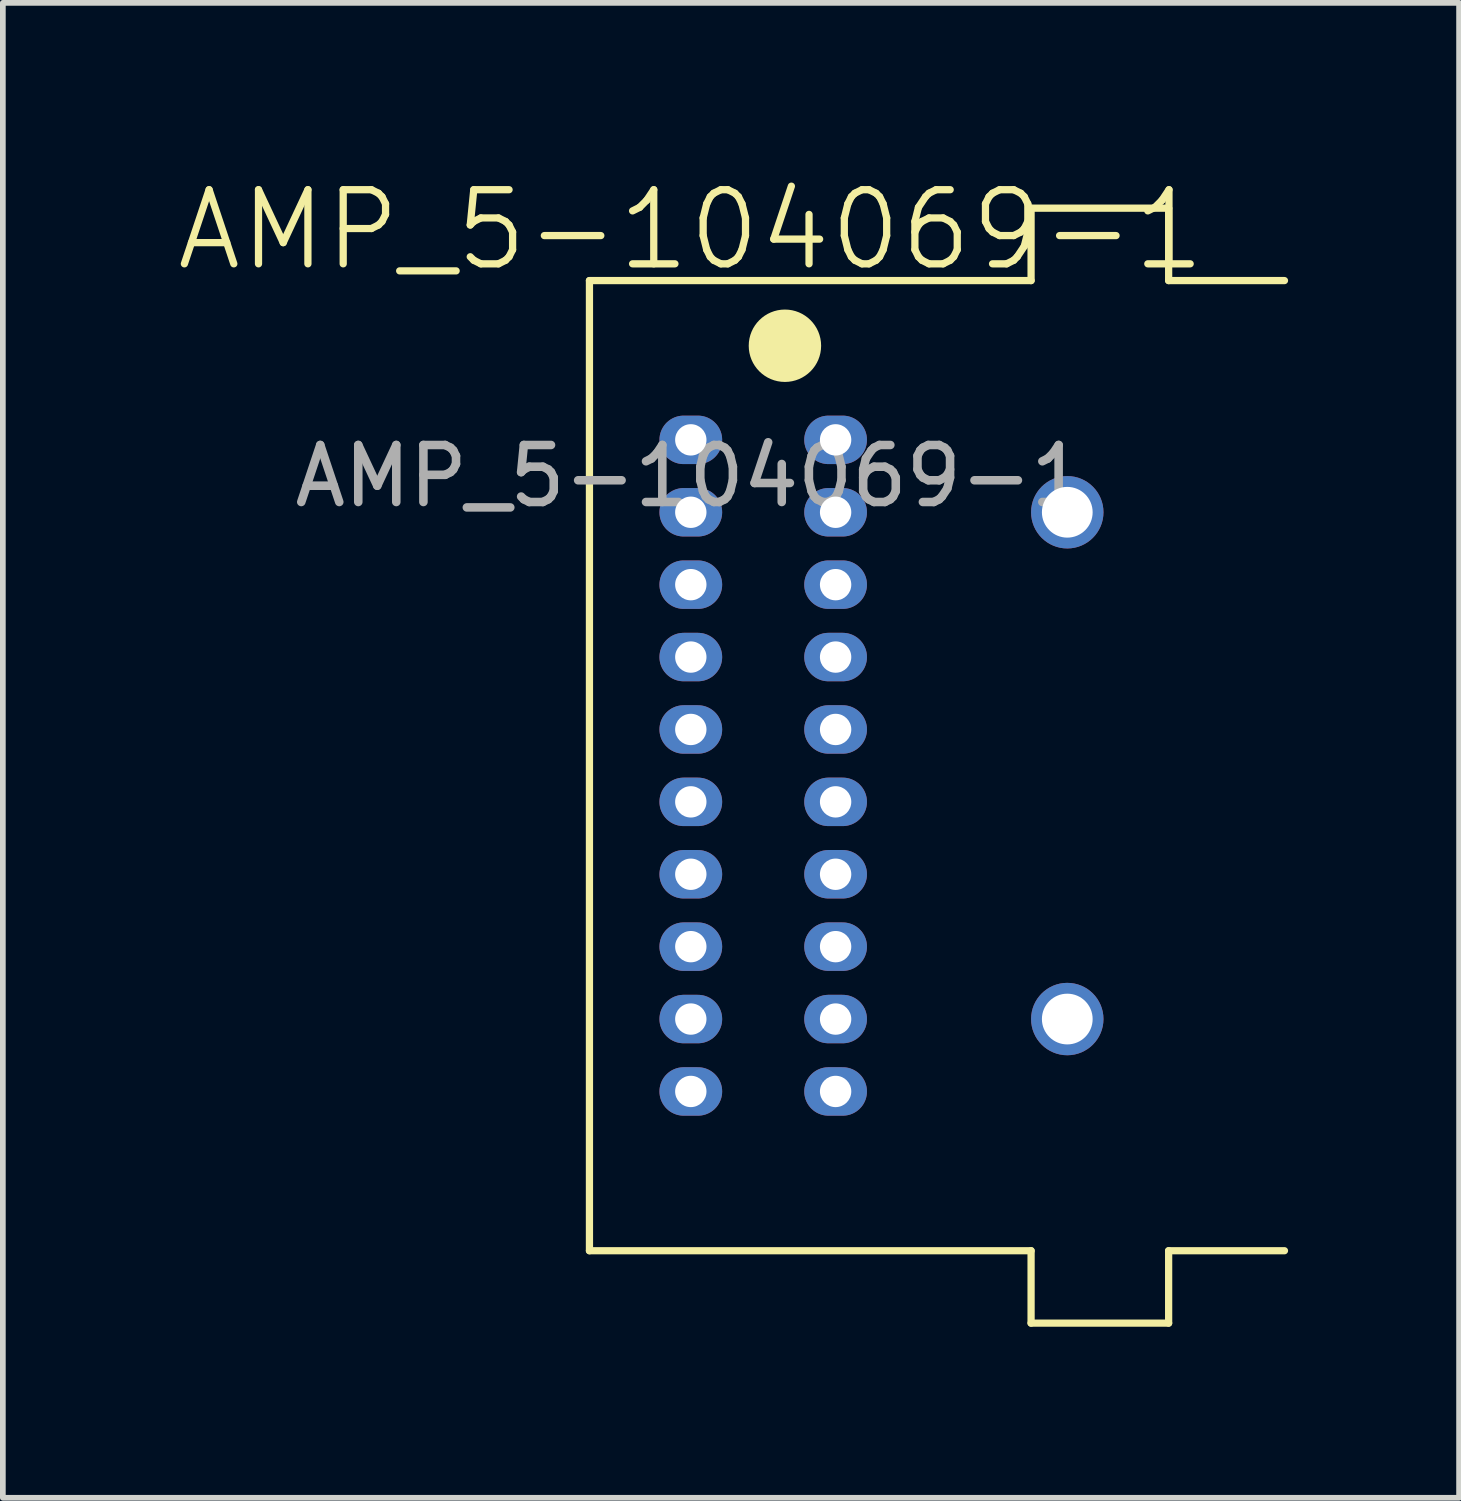
<source format=kicad_pcb>
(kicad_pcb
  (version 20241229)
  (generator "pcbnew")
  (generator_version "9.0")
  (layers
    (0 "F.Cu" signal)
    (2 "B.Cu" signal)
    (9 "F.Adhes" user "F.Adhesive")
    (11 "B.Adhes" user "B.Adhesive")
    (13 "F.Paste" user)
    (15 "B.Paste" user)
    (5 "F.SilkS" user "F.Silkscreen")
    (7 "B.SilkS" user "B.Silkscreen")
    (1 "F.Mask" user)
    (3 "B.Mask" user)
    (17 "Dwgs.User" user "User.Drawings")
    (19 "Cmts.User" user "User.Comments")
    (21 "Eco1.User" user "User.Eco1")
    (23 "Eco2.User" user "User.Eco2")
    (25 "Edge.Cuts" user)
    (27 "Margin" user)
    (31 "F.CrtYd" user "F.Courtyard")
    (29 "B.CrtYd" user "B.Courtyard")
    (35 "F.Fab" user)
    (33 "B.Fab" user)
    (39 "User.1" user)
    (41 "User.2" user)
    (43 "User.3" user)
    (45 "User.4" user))
  (footprint "AMP_5-104069-1"
    (layer "F.Cu")
    (at 9.068 4.666)
    (property "Reference" "AMP_5-104069-1" (at 0 -3.683 0) (unlocked yes) (layer "F.SilkS") (effects (font (size 1.3 1.3) (thickness 0.127))))
    (attr smd)
    (fp_line (start -1.778 -2.794) (end -1.778 14.224) (stroke (width 0.127) (type default)) (layer "F.SilkS"))
    (fp_line (start -1.778 -2.794) (end 5.969 -2.794) (stroke (width 0.127) (type default)) (layer "F.SilkS"))
    (fp_line (start -1.778 14.224) (end 5.969 14.224) (stroke (width 0.127) (type default)) (layer "F.SilkS"))
    (fp_line (start 5.969 -4.064) (end 8.382 -4.064) (stroke (width 0.127) (type default)) (layer "F.SilkS"))
    (fp_line (start 5.969 -2.794) (end 5.969 -4.064) (stroke (width 0.127) (type default)) (layer "F.SilkS"))
    (fp_line (start 5.969 15.494) (end 5.969 14.224) (stroke (width 0.127) (type default)) (layer "F.SilkS"))
    (fp_line (start 5.969 15.494) (end 8.382 15.494) (stroke (width 0.127) (type default)) (layer "F.SilkS"))
    (fp_line (start 8.382 -4.064) (end 8.382 -2.794) (stroke (width 0.127) (type default)) (layer "F.SilkS"))
    (fp_line (start 8.382 -2.794) (end 10.414 -2.794) (stroke (width 0.127) (type default)) (layer "F.SilkS"))
    (fp_line (start 8.382 14.224) (end 8.382 15.494) (stroke (width 0.127) (type default)) (layer "F.SilkS"))
    (fp_line (start 8.382 14.224) (end 10.414 14.224) (stroke (width 0.127) (type default)) (layer "F.SilkS"))
    (fp_circle (center 1.651 -1.651) (end 2.236 -1.651) (stroke (width 0.1) (type default)) (fill yes) (layer "F.SilkS"))
    (fp_text user "${REFERENCE}" (at 0 0.635 0) (unlocked yes) (layer "F.Fab") (effects (font (size 1 1) (thickness 0.15))))
    (pad "0" thru_hole circle (at 6.604 1.27) (size 1.27 1.27) (drill 0.89) (layers "*.Cu" "*.Mask"))
    (pad "0" thru_hole circle (at 6.604 10.16) (size 1.27 1.27) (drill 0.89) (layers "*.Cu" "*.Mask"))
    (pad "1" thru_hole oval (at 0 0) (size 1.1 0.85) (drill 0.55) (layers "*.Cu" "*.Mask"))
    (pad "2" thru_hole oval (at 2.54 0) (size 1.1 0.85) (drill 0.55) (layers "*.Cu" "*.Mask"))
    (pad "3" thru_hole oval (at 0 1.27) (size 1.1 0.85) (drill 0.55) (layers "*.Cu" "*.Mask"))
    (pad "4" thru_hole oval (at 2.54 1.27) (size 1.1 0.85) (drill 0.55) (layers "*.Cu" "*.Mask"))
    (pad "5" thru_hole oval (at 0 2.54) (size 1.1 0.85) (drill 0.55) (layers "*.Cu" "*.Mask"))
    (pad "6" thru_hole oval (at 2.54 2.54) (size 1.1 0.85) (drill 0.55) (layers "*.Cu" "*.Mask"))
    (pad "7" thru_hole oval (at 0 3.81) (size 1.1 0.85) (drill 0.55) (layers "*.Cu" "*.Mask"))
    (pad "8" thru_hole oval (at 2.54 3.81) (size 1.1 0.85) (drill 0.55) (layers "*.Cu" "*.Mask"))
    (pad "9" thru_hole oval (at 0 5.08) (size 1.1 0.85) (drill 0.55) (layers "*.Cu" "*.Mask"))
    (pad "10" thru_hole oval (at 2.54 5.08) (size 1.1 0.85) (drill 0.55) (layers "*.Cu" "*.Mask"))
    (pad "11" thru_hole oval (at 0 6.35) (size 1.1 0.85) (drill 0.55) (layers "*.Cu" "*.Mask"))
    (pad "12" thru_hole oval (at 2.54 6.35) (size 1.1 0.85) (drill 0.55) (layers "*.Cu" "*.Mask"))
    (pad "13" thru_hole oval (at 0 7.62) (size 1.1 0.85) (drill 0.55) (layers "*.Cu" "*.Mask"))
    (pad "14" thru_hole oval (at 2.54 7.62) (size 1.1 0.85) (drill 0.55) (layers "*.Cu" "*.Mask"))
    (pad "15" thru_hole oval (at 0 8.89) (size 1.1 0.85) (drill 0.55) (layers "*.Cu" "*.Mask"))
    (pad "16" thru_hole oval (at 2.54 8.89) (size 1.1 0.85) (drill 0.55) (layers "*.Cu" "*.Mask"))
    (pad "17" thru_hole oval (at 0 10.16) (size 1.1 0.85) (drill 0.55) (layers "*.Cu" "*.Mask"))
    (pad "18" thru_hole oval (at 2.54 10.16) (size 1.1 0.85) (drill 0.55) (layers "*.Cu" "*.Mask"))
    (pad "19" thru_hole oval (at 0 11.43) (size 1.1 0.85) (drill 0.55) (layers "*.Cu" "*.Mask"))
    (pad "20" thru_hole oval (at 2.54 11.43) (size 1.1 0.85) (drill 0.55) (layers "*.Cu" "*.Mask")))
  (gr_rect
    (start -3 -3)
    (end 22.545 23.224)
    (stroke (width 0.1) (type default))
    (fill no)
    (layer "Edge.Cuts")))
</source>
